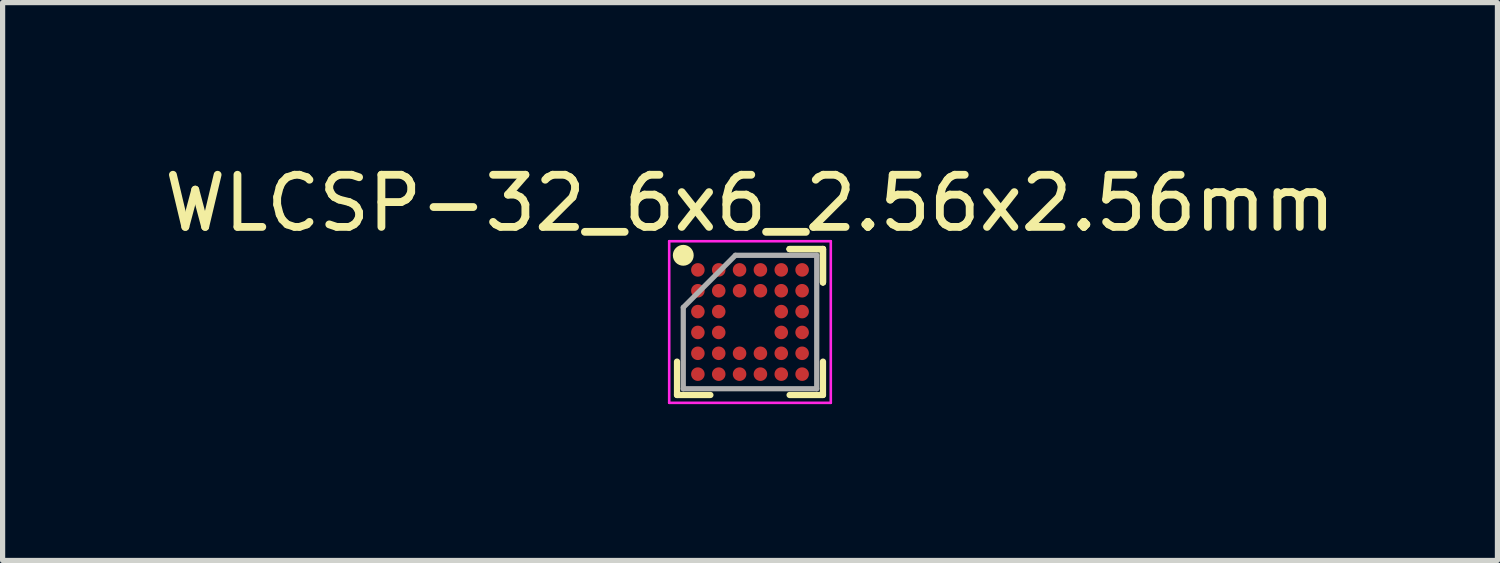
<source format=kicad_pcb>
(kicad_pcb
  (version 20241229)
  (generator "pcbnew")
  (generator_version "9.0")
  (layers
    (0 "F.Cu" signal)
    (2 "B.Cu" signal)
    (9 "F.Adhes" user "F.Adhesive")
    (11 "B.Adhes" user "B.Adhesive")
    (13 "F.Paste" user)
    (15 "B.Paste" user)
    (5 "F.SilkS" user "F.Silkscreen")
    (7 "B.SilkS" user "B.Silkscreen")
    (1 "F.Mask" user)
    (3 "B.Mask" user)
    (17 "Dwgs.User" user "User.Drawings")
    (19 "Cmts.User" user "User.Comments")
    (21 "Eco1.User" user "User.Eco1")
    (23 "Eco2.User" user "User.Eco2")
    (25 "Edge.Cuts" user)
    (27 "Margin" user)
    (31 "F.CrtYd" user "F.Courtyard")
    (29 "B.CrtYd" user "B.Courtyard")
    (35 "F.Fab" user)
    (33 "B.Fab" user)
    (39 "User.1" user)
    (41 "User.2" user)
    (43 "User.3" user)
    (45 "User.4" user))
  (footprint "WLCSP-32_6x6_2.56x2.56mm"
    (layer "F.Cu")
    (at 11.339 3.128)
    (property "Reference" "WLCSP-32_6x6_2.56x2.56mm" (at 0 -2.28 0) (layer "F.SilkS") (effects (font (size 1 1) (thickness 0.15))))
    (attr smd)
    (fp_line (start -1.4 1.4) (end -1.4 0.76) (stroke (width 0.12) (type solid)) (layer "F.SilkS"))
    (fp_line (start -0.76 1.4) (end -1.4 1.4) (stroke (width 0.12) (type solid)) (layer "F.SilkS"))
    (fp_line (start 0.76 -1.4) (end 1.4 -1.4) (stroke (width 0.12) (type solid)) (layer "F.SilkS"))
    (fp_line (start 0.76 -1.4) (end 1.4 -1.4) (stroke (width 0.12) (type solid)) (layer "F.SilkS"))
    (fp_line (start 0.76 -1.4) (end 1.4 -1.4) (stroke (width 0.12) (type solid)) (layer "F.SilkS"))
    (fp_line (start 0.76 1.4) (end 1.4 1.4) (stroke (width 0.12) (type solid)) (layer "F.SilkS"))
    (fp_line (start 1.4 -1.4) (end 1.4 -0.76) (stroke (width 0.12) (type solid)) (layer "F.SilkS"))
    (fp_line (start 1.4 -1.4) (end 1.4 -0.76) (stroke (width 0.12) (type solid)) (layer "F.SilkS"))
    (fp_line (start 1.4 -1.4) (end 1.4 -0.76) (stroke (width 0.12) (type solid)) (layer "F.SilkS"))
    (fp_line (start 1.4 1.4) (end 1.4 0.76) (stroke (width 0.12) (type solid)) (layer "F.SilkS"))
    (fp_circle (center -1.28 -1.28) (end -1.28 -1.18) (stroke (width 0.2) (type solid)) (fill no) (layer "F.SilkS"))
    (fp_line (start -1.55 -1.55) (end 1.55 -1.55) (stroke (width 0.05) (type solid)) (layer "F.CrtYd"))
    (fp_line (start -1.55 1.55) (end -1.55 -1.55) (stroke (width 0.05) (type solid)) (layer "F.CrtYd"))
    (fp_line (start 1.55 -1.55) (end 1.55 1.55) (stroke (width 0.05) (type solid)) (layer "F.CrtYd"))
    (fp_line (start 1.55 1.55) (end -1.55 1.55) (stroke (width 0.05) (type solid)) (layer "F.CrtYd"))
    (fp_line (start -1.28 -0.28) (end -1.28 1.28) (stroke (width 0.1) (type solid)) (layer "F.Fab"))
    (fp_line (start -1.28 1.28) (end 1.28 1.28) (stroke (width 0.1) (type solid)) (layer "F.Fab"))
    (fp_line (start -0.28 -1.28) (end -1.28 -0.28) (stroke (width 0.1) (type solid)) (layer "F.Fab"))
    (fp_line (start 1.28 -1.28) (end -0.28 -1.28) (stroke (width 0.1) (type solid)) (layer "F.Fab"))
    (fp_line (start 1.28 1.28) (end 1.28 -1.28) (stroke (width 0.1) (type solid)) (layer "F.Fab"))
    (pad "A1" smd circle (at -1 -1) (size 0.26 0.26) (layers "F.Cu" "F.Mask" "F.Paste"))
    (pad "A2" smd circle (at -0.6 -1) (size 0.26 0.26) (layers "F.Cu" "F.Mask" "F.Paste"))
    (pad "A3" smd circle (at -0.2 -1) (size 0.26 0.26) (layers "F.Cu" "F.Mask" "F.Paste"))
    (pad "A4" smd circle (at 0.2 -1) (size 0.26 0.26) (layers "F.Cu" "F.Mask" "F.Paste"))
    (pad "A5" smd circle (at 0.6 -1) (size 0.26 0.26) (layers "F.Cu" "F.Mask" "F.Paste"))
    (pad "A6" smd circle (at 1 -1) (size 0.26 0.26) (layers "F.Cu" "F.Mask" "F.Paste"))
    (pad "B1" smd circle (at -1 -0.6) (size 0.26 0.26) (layers "F.Cu" "F.Mask" "F.Paste"))
    (pad "B2" smd circle (at -0.6 -0.6) (size 0.26 0.26) (layers "F.Cu" "F.Mask" "F.Paste"))
    (pad "B3" smd circle (at -0.2 -0.6) (size 0.26 0.26) (layers "F.Cu" "F.Mask" "F.Paste"))
    (pad "B4" smd circle (at 0.2 -0.6) (size 0.26 0.26) (layers "F.Cu" "F.Mask" "F.Paste"))
    (pad "B5" smd circle (at 0.6 -0.6) (size 0.26 0.26) (layers "F.Cu" "F.Mask" "F.Paste"))
    (pad "B6" smd circle (at 1 -0.6) (size 0.26 0.26) (layers "F.Cu" "F.Mask" "F.Paste"))
    (pad "C1" smd circle (at -1 -0.2) (size 0.26 0.26) (layers "F.Cu" "F.Mask" "F.Paste"))
    (pad "C2" smd circle (at -0.6 -0.2) (size 0.26 0.26) (layers "F.Cu" "F.Mask" "F.Paste"))
    (pad "C5" smd circle (at 0.6 -0.2) (size 0.26 0.26) (layers "F.Cu" "F.Mask" "F.Paste"))
    (pad "C6" smd circle (at 1 -0.2) (size 0.26 0.26) (layers "F.Cu" "F.Mask" "F.Paste"))
    (pad "D1" smd circle (at -1 0.2) (size 0.26 0.26) (layers "F.Cu" "F.Mask" "F.Paste"))
    (pad "D2" smd circle (at -0.6 0.2) (size 0.26 0.26) (layers "F.Cu" "F.Mask" "F.Paste"))
    (pad "D5" smd circle (at 0.6 0.2) (size 0.26 0.26) (layers "F.Cu" "F.Mask" "F.Paste"))
    (pad "D6" smd circle (at 1 0.2) (size 0.26 0.26) (layers "F.Cu" "F.Mask" "F.Paste"))
    (pad "E1" smd circle (at -1 0.6) (size 0.26 0.26) (layers "F.Cu" "F.Mask" "F.Paste"))
    (pad "E2" smd circle (at -0.6 0.6) (size 0.26 0.26) (layers "F.Cu" "F.Mask" "F.Paste"))
    (pad "E3" smd circle (at -0.2 0.6) (size 0.26 0.26) (layers "F.Cu" "F.Mask" "F.Paste"))
    (pad "E4" smd circle (at 0.2 0.6) (size 0.26 0.26) (layers "F.Cu" "F.Mask" "F.Paste"))
    (pad "E5" smd circle (at 0.6 0.6) (size 0.26 0.26) (layers "F.Cu" "F.Mask" "F.Paste"))
    (pad "E6" smd circle (at 1 0.6) (size 0.26 0.26) (layers "F.Cu" "F.Mask" "F.Paste"))
    (pad "F1" smd circle (at -1 1) (size 0.26 0.26) (layers "F.Cu" "F.Mask" "F.Paste"))
    (pad "F2" smd circle (at -0.6 1) (size 0.26 0.26) (layers "F.Cu" "F.Mask" "F.Paste"))
    (pad "F3" smd circle (at -0.2 1) (size 0.26 0.26) (layers "F.Cu" "F.Mask" "F.Paste"))
    (pad "F4" smd circle (at 0.2 1) (size 0.26 0.26) (layers "F.Cu" "F.Mask" "F.Paste"))
    (pad "F5" smd circle (at 0.6 1) (size 0.26 0.26) (layers "F.Cu" "F.Mask" "F.Paste"))
    (pad "F6" smd circle (at 1 1) (size 0.26 0.26) (layers "F.Cu" "F.Mask" "F.Paste")))
  (gr_rect
    (start -3 -3)
    (end 25.679 7.703)
    (stroke (width 0.1) (type default))
    (fill no)
    (layer "Edge.Cuts")))
</source>
